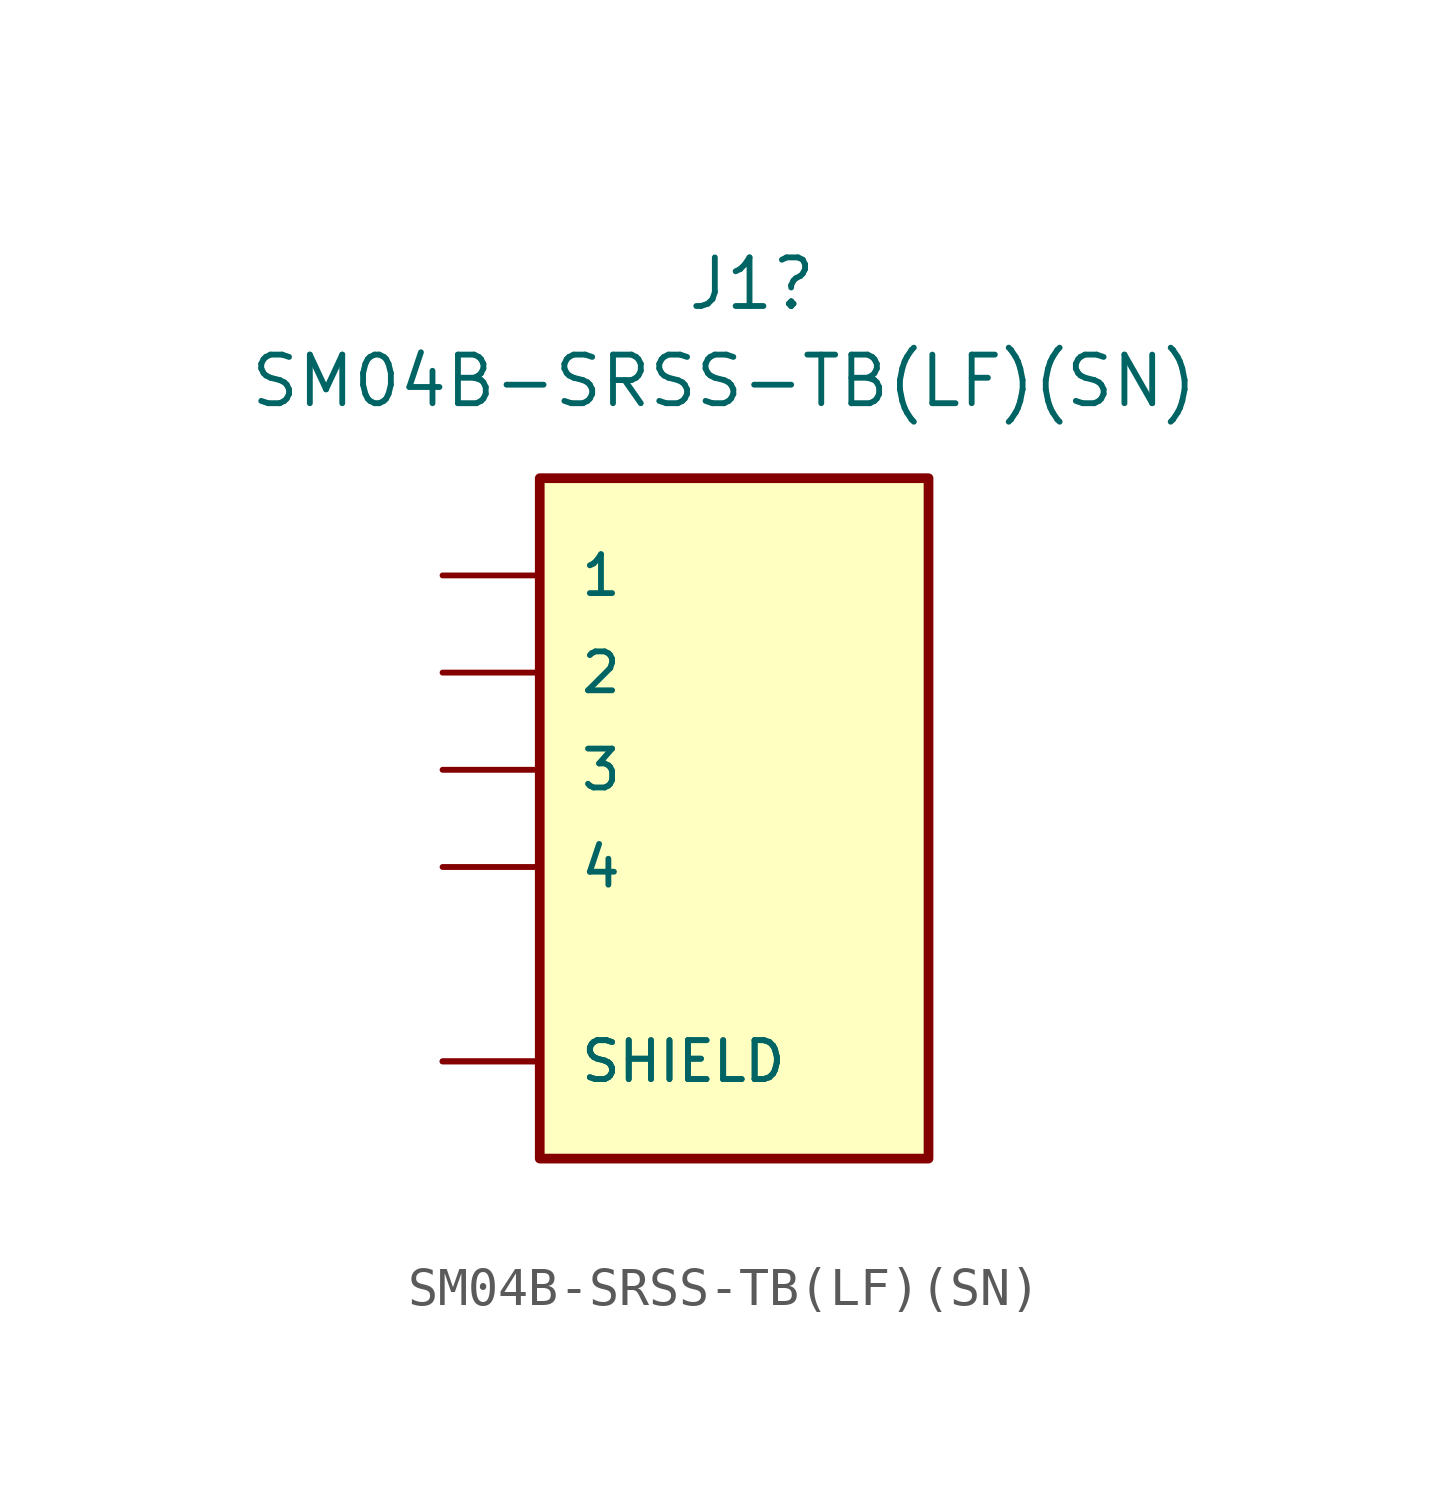
<source format=kicad_sym>
(kicad_symbol_lib
  (version 20220914)
  (generator kicad_symbol_editor)
  (symbol "SM04B-SRSS-TB(LF)(SN)"
    (pin_numbers hide)
    (pin_names
      (offset 1.016))
    (property "Reference" "J1"
      (at -1.27 12.7 0)
      (effects (font (size 1.27 1.27)) (justify left)))
    (property "Value" "SM04B-SRSS-TB(LF)(SN)"
      (at -12.7 10.16 0)
      (effects (font (size 1.27 1.27)) (justify left)))
    (property "ki_locked" ""
      (at 0 0 0)
      (effects (font (size 1.27 1.27))))
    (symbol "SM04B-SRSS-TB(LF)(SN)_0_0"
      (rectangle (start -5.08 -10.16) (end 5.08 7.62) (stroke (width 0.254) (type default)) (fill (type background)))
      (pin passive line (at -7.62 5.08 0) (length 2.54) (name "1" (effects (font (size 1.016 1.016)))) (number "1" (effects (font (size 1.016 1.016)))))
      (pin passive line (at -7.62 2.54 0) (length 2.54) (name "2" (effects (font (size 1.016 1.016)))) (number "2" (effects (font (size 1.016 1.016)))))
      (pin passive line (at -7.62 0 0) (length 2.54) (name "3" (effects (font (size 1.016 1.016)))) (number "3" (effects (font (size 1.016 1.016)))))
      (pin passive line (at -7.62 -2.54 0) (length 2.54) (name "4" (effects (font (size 1.016 1.016)))) (number "4" (effects (font (size 1.016 1.016)))))
      (pin passive line (at -7.62 -7.62 0) (length 2.54) (name "SHIELD" (effects (font (size 1.016 1.016)))) (number "S1" (effects (font (size 1.016 1.016)))))
      (pin passive line (at -7.62 -7.62 0) (length 2.54) (name "SHIELD" (effects (font (size 1.016 1.016)))) (number "S2" (effects (font (size 1.016 1.016))))))))
</source>
